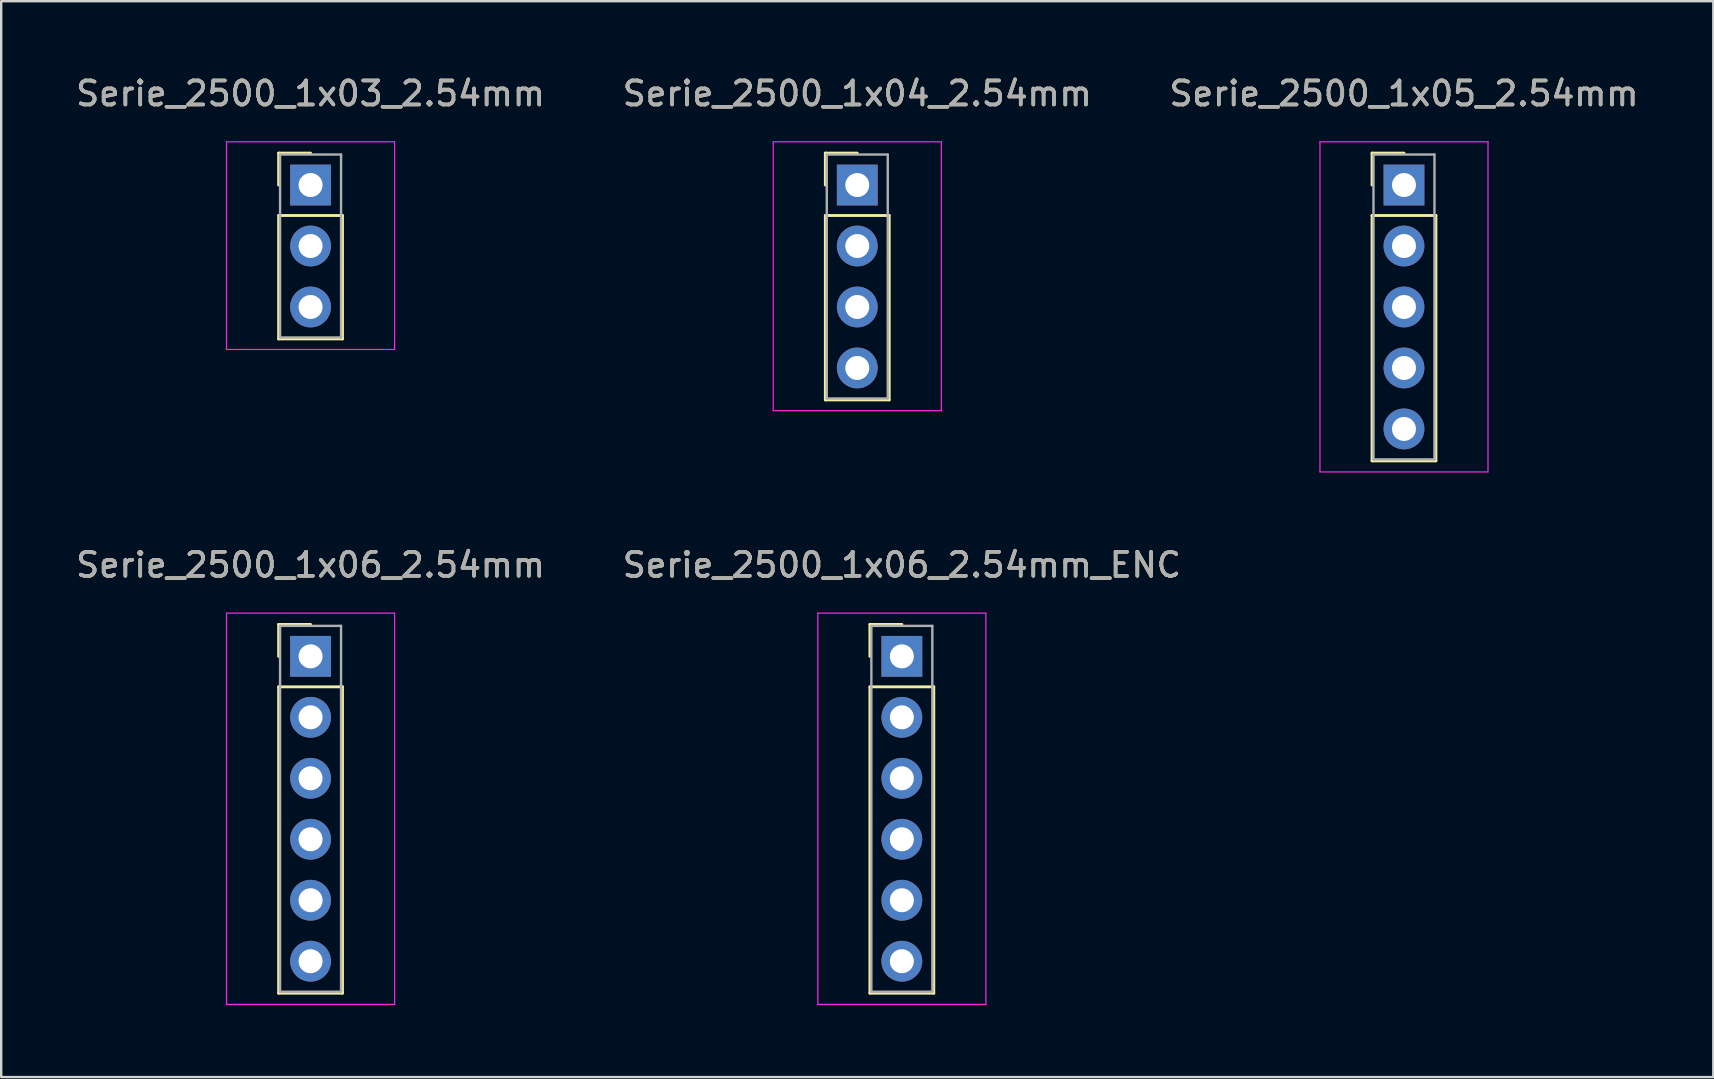
<source format=kicad_pcb>
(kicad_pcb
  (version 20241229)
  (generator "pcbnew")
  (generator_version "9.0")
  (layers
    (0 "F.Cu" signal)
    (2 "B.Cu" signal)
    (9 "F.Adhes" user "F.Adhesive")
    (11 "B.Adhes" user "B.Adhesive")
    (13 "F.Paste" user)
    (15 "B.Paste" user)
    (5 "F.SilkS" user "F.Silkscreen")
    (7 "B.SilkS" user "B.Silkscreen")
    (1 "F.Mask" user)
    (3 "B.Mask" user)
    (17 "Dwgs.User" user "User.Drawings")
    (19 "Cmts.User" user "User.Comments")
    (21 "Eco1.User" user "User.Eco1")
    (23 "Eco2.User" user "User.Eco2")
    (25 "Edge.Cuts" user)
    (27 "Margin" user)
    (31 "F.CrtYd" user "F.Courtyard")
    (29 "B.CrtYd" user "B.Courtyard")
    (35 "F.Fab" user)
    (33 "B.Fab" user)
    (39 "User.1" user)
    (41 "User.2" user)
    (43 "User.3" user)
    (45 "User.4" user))
  (footprint "Serie_2500_1x03_2.54mm"
    (layer "F.Cu")
    (at 9.887 4.658)
    (property "Reference" "Serie_2500_1x03_2.54mm" (at 0 -3.81 0) (layer "F.SilkS") (effects (font (size 1 1) (thickness 0.15))))
    (attr through_hole)
    (fp_line (start -1.33 -1.33) (end 0 -1.33) (stroke (width 0.12) (type solid)) (layer "F.SilkS"))
    (fp_line (start -1.33 0) (end -1.33 -1.33) (stroke (width 0.12) (type solid)) (layer "F.SilkS"))
    (fp_line (start -1.33 1.27) (end -1.33 6.41) (stroke (width 0.12) (type solid)) (layer "F.SilkS"))
    (fp_line (start -1.33 6.41) (end 1.33 6.41) (stroke (width 0.12) (type solid)) (layer "F.SilkS"))
    (fp_line (start 1.33 1.27) (end -1.33 1.27) (stroke (width 0.12) (type solid)) (layer "F.SilkS"))
    (fp_line (start 1.33 6.41) (end 1.33 1.27) (stroke (width 0.12) (type solid)) (layer "F.SilkS"))
    (fp_line (start -3.5 -1.8) (end -3.5 6.85) (stroke (width 0.05) (type solid)) (layer "F.CrtYd"))
    (fp_line (start -3.5 6.85) (end 3.5 6.85) (stroke (width 0.05) (type solid)) (layer "F.CrtYd"))
    (fp_line (start 3.5 -1.8) (end -3.5 -1.8) (stroke (width 0.05) (type solid)) (layer "F.CrtYd"))
    (fp_line (start 3.5 6.85) (end 3.5 -1.8) (stroke (width 0.05) (type solid)) (layer "F.CrtYd"))
    (fp_line (start -1.27 -1.27) (end -1.27 6.35) (stroke (width 0.1) (type solid)) (layer "F.Fab"))
    (fp_line (start -1.27 6.35) (end 1.27 6.35) (stroke (width 0.1) (type solid)) (layer "F.Fab"))
    (fp_line (start 1.27 -1.27) (end -1.27 -1.27) (stroke (width 0.1) (type solid)) (layer "F.Fab"))
    (fp_line (start 1.27 6.35) (end 1.27 -1.27) (stroke (width 0.1) (type solid)) (layer "F.Fab"))
    (fp_text user "${REFERENCE}" (at 0 -3.81 0) (layer "F.Fab") (effects (font (size 1 1) (thickness 0.15))))
    (pad "1" thru_hole rect (at 0 0) (size 1.7 1.7) (drill 1) (layers "*.Cu" "*.Mask"))
    (pad "2" thru_hole oval (at 0 2.54) (size 1.7 1.7) (drill 1) (layers "*.Cu" "*.Mask"))
    (pad "3" thru_hole oval (at 0 5.08) (size 1.7 1.7) (drill 1) (layers "*.Cu" "*.Mask")))
  (footprint "Serie_2500_1x05_2.54mm"
    (layer "F.Cu")
    (at 55.435 4.658)
    (property "Reference" "Serie_2500_1x05_2.54mm" (at 0 -3.81 0) (layer "F.SilkS") (effects (font (size 1 1) (thickness 0.15))))
    (attr through_hole)
    (fp_line (start -1.33 -1.33) (end 0 -1.33) (stroke (width 0.12) (type solid)) (layer "F.SilkS"))
    (fp_line (start -1.33 0) (end -1.33 -1.33) (stroke (width 0.12) (type solid)) (layer "F.SilkS"))
    (fp_line (start -1.33 1.27) (end -1.33 11.49) (stroke (width 0.12) (type solid)) (layer "F.SilkS"))
    (fp_line (start -1.33 11.49) (end 1.33 11.49) (stroke (width 0.12) (type solid)) (layer "F.SilkS"))
    (fp_line (start 1.33 1.27) (end -1.33 1.27) (stroke (width 0.12) (type solid)) (layer "F.SilkS"))
    (fp_line (start 1.33 11.49) (end 1.33 1.27) (stroke (width 0.12) (type solid)) (layer "F.SilkS"))
    (fp_line (start -3.5 -1.8) (end -3.5 11.95) (stroke (width 0.05) (type solid)) (layer "F.CrtYd"))
    (fp_line (start -3.5 11.95) (end 3.5 11.95) (stroke (width 0.05) (type solid)) (layer "F.CrtYd"))
    (fp_line (start 3.5 -1.8) (end -3.5 -1.8) (stroke (width 0.05) (type solid)) (layer "F.CrtYd"))
    (fp_line (start 3.5 11.95) (end 3.5 -1.8) (stroke (width 0.05) (type solid)) (layer "F.CrtYd"))
    (fp_line (start -1.27 -1.27) (end -1.27 11.43) (stroke (width 0.1) (type solid)) (layer "F.Fab"))
    (fp_line (start -1.27 11.43) (end 1.27 11.43) (stroke (width 0.1) (type solid)) (layer "F.Fab"))
    (fp_line (start 1.27 -1.27) (end -1.27 -1.27) (stroke (width 0.1) (type solid)) (layer "F.Fab"))
    (fp_line (start 1.27 11.43) (end 1.27 -1.27) (stroke (width 0.1) (type solid)) (layer "F.Fab"))
    (fp_text user "${REFERENCE}" (at 0 -3.81 0) (layer "F.Fab") (effects (font (size 1 1) (thickness 0.15))))
    (pad "1" thru_hole rect (at 0 0) (size 1.7 1.7) (drill 1) (layers "*.Cu" "*.Mask"))
    (pad "2" thru_hole oval (at 0 2.54) (size 1.7 1.7) (drill 1) (layers "*.Cu" "*.Mask"))
    (pad "3" thru_hole oval (at 0 5.08) (size 1.7 1.7) (drill 1) (layers "*.Cu" "*.Mask"))
    (pad "4" thru_hole oval (at 0 7.62) (size 1.7 1.7) (drill 1) (layers "*.Cu" "*.Mask"))
    (pad "5" thru_hole oval (at 0 10.16) (size 1.7 1.7) (drill 1) (layers "*.Cu" "*.Mask")))
  (footprint "Serie_2500_1x04_2.54mm"
    (layer "F.Cu")
    (at 32.661 4.658)
    (property "Reference" "Serie_2500_1x04_2.54mm" (at 0 -3.81 0) (layer "F.SilkS") (effects (font (size 1 1) (thickness 0.15))))
    (attr through_hole)
    (fp_line (start -1.33 -1.33) (end 0 -1.33) (stroke (width 0.12) (type solid)) (layer "F.SilkS"))
    (fp_line (start -1.33 0) (end -1.33 -1.33) (stroke (width 0.12) (type solid)) (layer "F.SilkS"))
    (fp_line (start -1.33 1.27) (end -1.33 8.95) (stroke (width 0.12) (type solid)) (layer "F.SilkS"))
    (fp_line (start -1.33 8.95) (end 1.33 8.95) (stroke (width 0.12) (type solid)) (layer "F.SilkS"))
    (fp_line (start 1.33 1.27) (end -1.33 1.27) (stroke (width 0.12) (type solid)) (layer "F.SilkS"))
    (fp_line (start 1.33 8.95) (end 1.33 1.27) (stroke (width 0.12) (type solid)) (layer "F.SilkS"))
    (fp_line (start -3.5 -1.8) (end -3.5 9.4) (stroke (width 0.05) (type solid)) (layer "F.CrtYd"))
    (fp_line (start -3.5 9.4) (end 3.5 9.4) (stroke (width 0.05) (type solid)) (layer "F.CrtYd"))
    (fp_line (start 3.5 -1.8) (end -3.5 -1.8) (stroke (width 0.05) (type solid)) (layer "F.CrtYd"))
    (fp_line (start 3.5 9.4) (end 3.5 -1.8) (stroke (width 0.05) (type solid)) (layer "F.CrtYd"))
    (fp_line (start -1.27 -1.27) (end -1.27 8.89) (stroke (width 0.1) (type solid)) (layer "F.Fab"))
    (fp_line (start -1.27 8.89) (end 1.27 8.89) (stroke (width 0.1) (type solid)) (layer "F.Fab"))
    (fp_line (start 1.27 -1.27) (end -1.27 -1.27) (stroke (width 0.1) (type solid)) (layer "F.Fab"))
    (fp_line (start 1.27 8.89) (end 1.27 -1.27) (stroke (width 0.1) (type solid)) (layer "F.Fab"))
    (fp_text user "${REFERENCE}" (at 0 -3.81 0) (layer "F.Fab") (effects (font (size 1 1) (thickness 0.15))))
    (pad "1" thru_hole rect (at 0 0) (size 1.7 1.7) (drill 1) (layers "*.Cu" "*.Mask"))
    (pad "2" thru_hole oval (at 0 2.54) (size 1.7 1.7) (drill 1) (layers "*.Cu" "*.Mask"))
    (pad "3" thru_hole oval (at 0 5.08) (size 1.7 1.7) (drill 1) (layers "*.Cu" "*.Mask"))
    (pad "4" thru_hole oval (at 0 7.62) (size 1.7 1.7) (drill 1) (layers "*.Cu" "*.Mask")))
  (footprint "Serie_2500_1x06_2.54mm"
    (layer "F.Cu")
    (at 9.887 24.291)
    (property "Reference" "Serie_2500_1x06_2.54mm" (at 0 -3.81 0) (layer "F.SilkS") (effects (font (size 1 1) (thickness 0.15))))
    (attr through_hole)
    (fp_line (start -1.33 -1.33) (end 0 -1.33) (stroke (width 0.12) (type solid)) (layer "F.SilkS"))
    (fp_line (start -1.33 0) (end -1.33 -1.33) (stroke (width 0.12) (type solid)) (layer "F.SilkS"))
    (fp_line (start -1.33 1.27) (end -1.33 14.03) (stroke (width 0.12) (type solid)) (layer "F.SilkS"))
    (fp_line (start -1.33 14.03) (end 1.33 14.03) (stroke (width 0.12) (type solid)) (layer "F.SilkS"))
    (fp_line (start 1.33 1.27) (end -1.33 1.27) (stroke (width 0.12) (type solid)) (layer "F.SilkS"))
    (fp_line (start 1.33 14.03) (end 1.33 1.27) (stroke (width 0.12) (type solid)) (layer "F.SilkS"))
    (fp_line (start -3.5 -1.8) (end -3.5 14.5) (stroke (width 0.05) (type solid)) (layer "F.CrtYd"))
    (fp_line (start -3.5 14.5) (end 3.5 14.5) (stroke (width 0.05) (type solid)) (layer "F.CrtYd"))
    (fp_line (start 3.5 -1.8) (end -3.5 -1.8) (stroke (width 0.05) (type solid)) (layer "F.CrtYd"))
    (fp_line (start 3.5 14.5) (end 3.5 -1.8) (stroke (width 0.05) (type solid)) (layer "F.CrtYd"))
    (fp_line (start -1.27 -1.27) (end -1.27 13.97) (stroke (width 0.1) (type solid)) (layer "F.Fab"))
    (fp_line (start -1.27 13.97) (end 1.27 13.97) (stroke (width 0.1) (type solid)) (layer "F.Fab"))
    (fp_line (start 1.27 -1.27) (end -1.27 -1.27) (stroke (width 0.1) (type solid)) (layer "F.Fab"))
    (fp_line (start 1.27 13.97) (end 1.27 -1.27) (stroke (width 0.1) (type solid)) (layer "F.Fab"))
    (fp_text user "${REFERENCE}" (at 0 -3.81 0) (layer "F.Fab") (effects (font (size 1 1) (thickness 0.15))))
    (pad "1" thru_hole rect (at 0 0) (size 1.7 1.7) (drill 1) (layers "*.Cu" "*.Mask"))
    (pad "2" thru_hole oval (at 0 2.54) (size 1.7 1.7) (drill 1) (layers "*.Cu" "*.Mask"))
    (pad "3" thru_hole oval (at 0 5.08) (size 1.7 1.7) (drill 1) (layers "*.Cu" "*.Mask"))
    (pad "4" thru_hole oval (at 0 7.62) (size 1.7 1.7) (drill 1) (layers "*.Cu" "*.Mask"))
    (pad "5" thru_hole oval (at 0 10.16) (size 1.7 1.7) (drill 1) (layers "*.Cu" "*.Mask"))
    (pad "6" thru_hole oval (at 0 12.7) (size 1.7 1.7) (drill 1) (layers "*.Cu" "*.Mask")))
  (footprint "Serie_2500_1x06_2.54mm_ENC"
    (layer "F.Cu")
    (at 34.518 24.291)
    (property "Reference" "Serie_2500_1x06_2.54mm_ENC" (at 0 -3.81 0) (layer "F.SilkS") (effects (font (size 1 1) (thickness 0.15))))
    (attr through_hole)
    (fp_line (start -1.33 -1.33) (end 0 -1.33) (stroke (width 0.12) (type solid)) (layer "F.SilkS"))
    (fp_line (start -1.33 0) (end -1.33 -1.33) (stroke (width 0.12) (type solid)) (layer "F.SilkS"))
    (fp_line (start -1.33 1.27) (end -1.33 14.03) (stroke (width 0.12) (type solid)) (layer "F.SilkS"))
    (fp_line (start -1.33 14.03) (end 1.33 14.03) (stroke (width 0.12) (type solid)) (layer "F.SilkS"))
    (fp_line (start 1.33 1.27) (end -1.33 1.27) (stroke (width 0.12) (type solid)) (layer "F.SilkS"))
    (fp_line (start 1.33 14.03) (end 1.33 1.27) (stroke (width 0.12) (type solid)) (layer "F.SilkS"))
    (fp_line (start -3.5 -1.8) (end -3.5 14.5) (stroke (width 0.05) (type solid)) (layer "F.CrtYd"))
    (fp_line (start -3.5 14.5) (end 3.5 14.5) (stroke (width 0.05) (type solid)) (layer "F.CrtYd"))
    (fp_line (start 3.5 -1.8) (end -3.5 -1.8) (stroke (width 0.05) (type solid)) (layer "F.CrtYd"))
    (fp_line (start 3.5 14.5) (end 3.5 -1.8) (stroke (width 0.05) (type solid)) (layer "F.CrtYd"))
    (fp_line (start -1.27 -1.27) (end -1.27 13.97) (stroke (width 0.1) (type solid)) (layer "F.Fab"))
    (fp_line (start -1.27 13.97) (end 1.27 13.97) (stroke (width 0.1) (type solid)) (layer "F.Fab"))
    (fp_line (start 1.27 -1.27) (end -1.27 -1.27) (stroke (width 0.1) (type solid)) (layer "F.Fab"))
    (fp_line (start 1.27 13.97) (end 1.27 -1.27) (stroke (width 0.1) (type solid)) (layer "F.Fab"))
    (fp_text user "${REFERENCE}" (at 0 -3.81 0) (layer "F.Fab") (effects (font (size 1 1) (thickness 0.15))))
    (pad "A" thru_hole rect (at 0 0) (size 1.7 1.7) (drill 1) (layers "*.Cu" "*.Mask"))
    (pad "B" thru_hole oval (at 0 2.54) (size 1.7 1.7) (drill 1) (layers "*.Cu" "*.Mask"))
    (pad "C" thru_hole oval (at 0 5.08) (size 1.7 1.7) (drill 1) (layers "*.Cu" "*.Mask"))
    (pad "S1" thru_hole oval (at 0 7.62) (size 1.7 1.7) (drill 1) (layers "*.Cu" "*.Mask"))
    (pad "S2" thru_hole oval (at 0 10.16) (size 1.7 1.7) (drill 1) (layers "*.Cu" "*.Mask"))
    (pad "S3" thru_hole oval (at 0 12.7) (size 1.7 1.7) (drill 1) (layers "*.Cu" "*.Mask")))
  (gr_rect
    (start -3 -3)
    (end 68.321 41.816)
    (stroke (width 0.1) (type default))
    (fill no)
    (layer "Edge.Cuts")))
</source>
